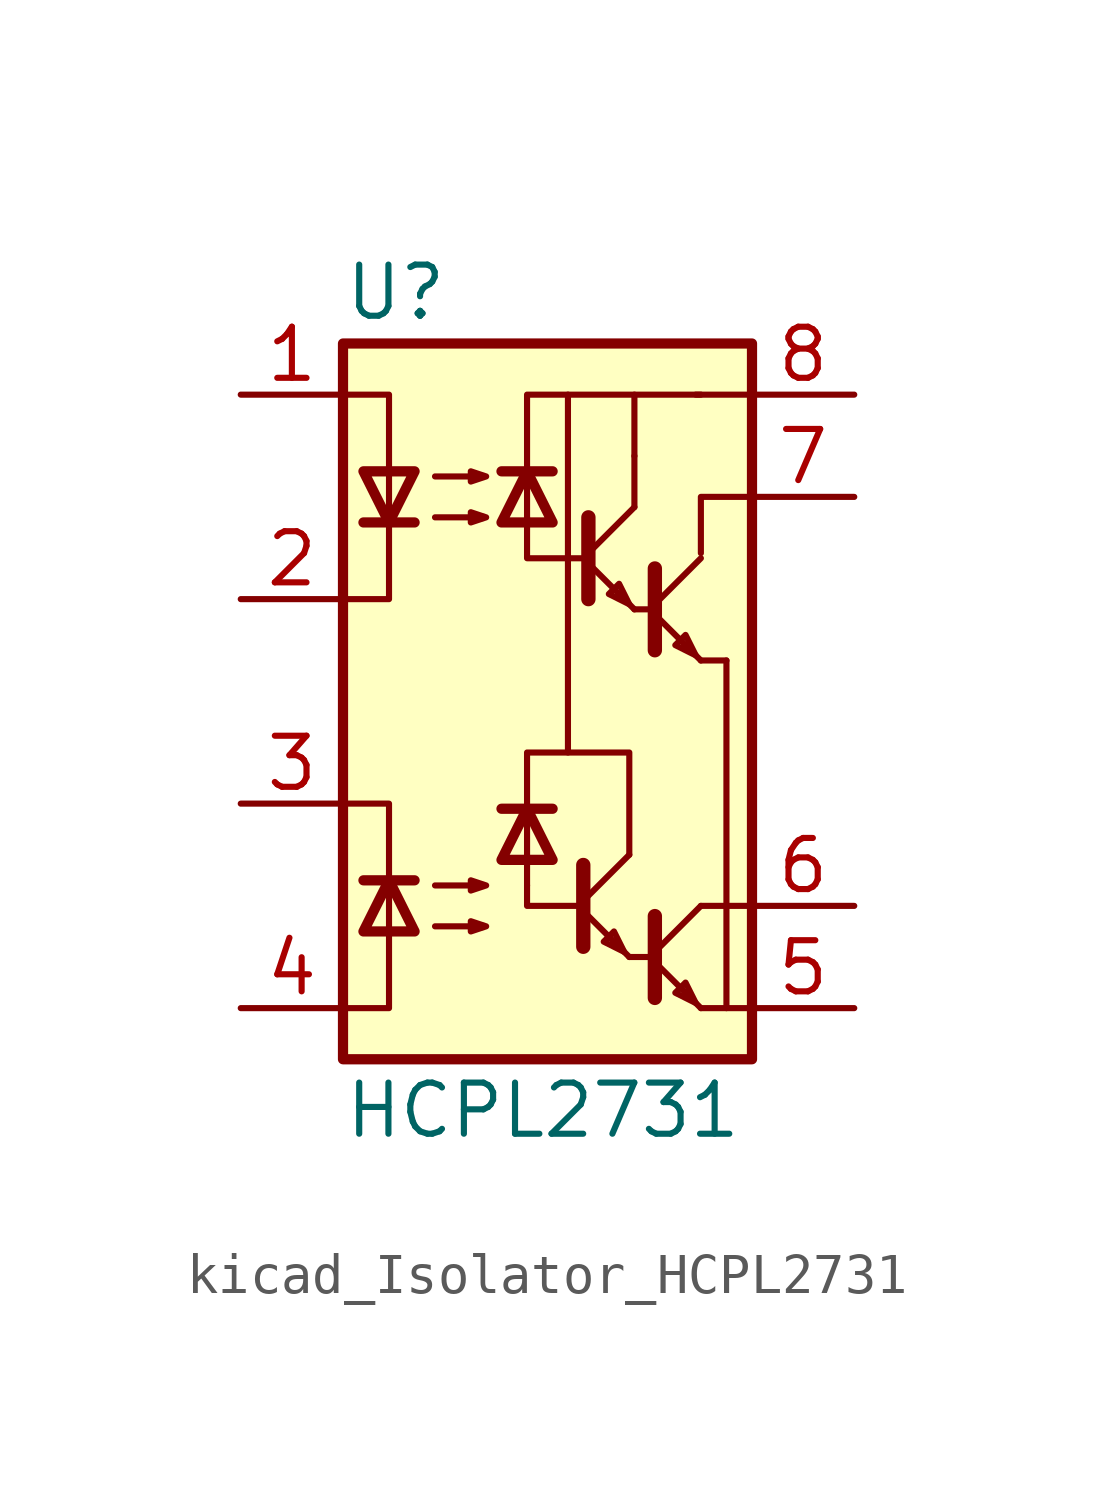
<source format=kicad_sym>
(kicad_symbol_lib
  (version 20220914)
  (generator kicad_symbol_editor)
  (symbol "kicad_Isolator_HCPL2731"
    (pin_names
      (offset 0.762) hide)
    (property "Reference" "U"
      (at -5.08 10.16 0)
      (effects (font (size 1.27 1.27)) (justify left)))
    (property "Value" "HCPL2731"
      (at -5.08 -10.16 0)
      (effects (font (size 1.27 1.27)) (justify left)))
    (symbol "kicad_Isolator_HCPL2731_0_1"
      (rectangle (start -5.08 8.89) (end 5.08 -8.89) (stroke (width 0.254) (type default)) (fill (type background)))
      (polyline (pts (xy -4.572 -4.445) (xy -3.302 -4.445)) (stroke (width 0.254) (type default)) (fill (type none)))
      (polyline (pts (xy -4.572 4.445) (xy -3.302 4.445)) (stroke (width 0.254) (type default)) (fill (type none)))
      (polyline (pts (xy -0.508 -4.572) (xy -0.508 -3.937)) (stroke (width 0) (type default)) (fill (type none)))
      (polyline (pts (xy 0.127 -2.667) (xy -1.143 -2.667)) (stroke (width 0.254) (type default)) (fill (type none)))
      (polyline (pts (xy 0.127 5.715) (xy -1.143 5.715)) (stroke (width 0.254) (type default)) (fill (type none)))
      (polyline (pts (xy 0.889 -5.207) (xy 2.032 -6.35)) (stroke (width 0) (type default)) (fill (type none)))
      (polyline (pts (xy 0.889 -4.953) (xy 2.032 -3.81)) (stroke (width 0) (type default)) (fill (type none)))
      (polyline (pts (xy 1.016 3.429) (xy 2.159 2.286)) (stroke (width 0) (type default)) (fill (type none)))
      (polyline (pts (xy 1.016 3.683) (xy 2.159 4.826)) (stroke (width 0) (type default)) (fill (type none)))
      (polyline (pts (xy 2.032 -6.35) (xy 2.54 -6.35)) (stroke (width 0) (type default)) (fill (type none)))
      (polyline (pts (xy 2.159 2.286) (xy 2.667 2.286)) (stroke (width 0) (type default)) (fill (type none)))
      (polyline (pts (xy 2.159 4.826) (xy 2.159 6.096)) (stroke (width 0) (type default)) (fill (type none)))
      (polyline (pts (xy 2.159 6.096) (xy 2.159 7.62)) (stroke (width 0) (type default)) (fill (type none)))
      (polyline (pts (xy 2.667 -6.477) (xy 3.81 -7.62)) (stroke (width 0) (type default)) (fill (type none)))
      (polyline (pts (xy 2.667 -6.223) (xy 3.81 -5.08)) (stroke (width 0) (type default)) (fill (type none)))
      (polyline (pts (xy 2.667 2.159) (xy 3.81 1.016)) (stroke (width 0) (type default)) (fill (type none)))
      (polyline (pts (xy 2.667 2.413) (xy 3.81 3.556)) (stroke (width 0) (type default)) (fill (type none)))
      (polyline (pts (xy 3.683 7.62) (xy 5.08 7.62)) (stroke (width 0) (type default)) (fill (type none)))
      (polyline (pts (xy 3.81 -7.62) (xy 5.08 -7.62)) (stroke (width 0) (type default)) (fill (type none)))
      (polyline (pts (xy 3.81 -5.08) (xy 5.08 -5.08)) (stroke (width 0) (type default)) (fill (type none)))
      (polyline (pts (xy 3.81 1.016) (xy 4.445 1.016)) (stroke (width 0) (type default)) (fill (type none)))
      (polyline (pts (xy 4.445 -7.62) (xy 4.445 1.016)) (stroke (width 0) (type default)) (fill (type none)))
      (polyline (pts (xy -0.508 -4.572) (xy -0.508 -5.08) (xy 0.762 -5.08)) (stroke (width 0) (type default)) (fill (type none)))
      (polyline (pts (xy -0.508 4.445) (xy -0.508 7.62) (xy 3.81 7.62)) (stroke (width 0) (type default)) (fill (type none)))
      (polyline (pts (xy -0.508 4.572) (xy -0.508 3.556) (xy 1.016 3.556)) (stroke (width 0) (type default)) (fill (type none)))
      (polyline (pts (xy 0.508 -1.27) (xy 2.032 -1.27) (xy 2.032 -3.81)) (stroke (width 0) (type default)) (fill (type none)))
      (polyline (pts (xy 0.889 -4.064) (xy 0.889 -6.096) (xy 0.889 -6.096)) (stroke (width 0.356) (type default)) (fill (type none)))
      (polyline (pts (xy 1.016 4.572) (xy 1.016 2.54) (xy 1.016 2.54)) (stroke (width 0.356) (type default)) (fill (type none)))
      (polyline (pts (xy 2.667 -5.334) (xy 2.667 -7.366) (xy 2.667 -7.366)) (stroke (width 0.356) (type default)) (fill (type none)))
      (polyline (pts (xy 2.667 3.302) (xy 2.667 1.27) (xy 2.667 1.27)) (stroke (width 0.356) (type default)) (fill (type none)))
      (polyline (pts (xy 3.81 3.683) (xy 3.81 5.08) (xy 5.08 5.08)) (stroke (width 0) (type default)) (fill (type none)))
      (polyline (pts (xy -5.08 -2.54) (xy -3.937 -2.54) (xy -3.937 -7.62) (xy -5.08 -7.62)) (stroke (width 0) (type default)) (fill (type none)))
      (polyline (pts (xy -5.08 7.62) (xy -3.937 7.62) (xy -3.937 2.54) (xy -5.08 2.54)) (stroke (width 0) (type default)) (fill (type none)))
      (polyline (pts (xy -3.937 -4.445) (xy -4.572 -5.715) (xy -3.302 -5.715) (xy -3.937 -4.445)) (stroke (width 0.254) (type default)) (fill (type none)))
      (polyline (pts (xy -3.937 4.445) (xy -4.572 5.715) (xy -3.302 5.715) (xy -3.937 4.445)) (stroke (width 0.254) (type default)) (fill (type none)))
      (polyline (pts (xy -0.508 -3.937) (xy -0.508 -1.27) (xy 0.508 -1.27) (xy 0.508 7.62)) (stroke (width 0) (type default)) (fill (type none)))
      (polyline (pts (xy -0.508 -2.667) (xy 0.127 -3.937) (xy -1.143 -3.937) (xy -0.508 -2.667)) (stroke (width 0.254) (type default)) (fill (type none)))
      (polyline (pts (xy -0.508 5.715) (xy 0.127 4.445) (xy -1.143 4.445) (xy -0.508 5.715)) (stroke (width 0.254) (type default)) (fill (type none)))
      (polyline (pts (xy 1.905 -6.223) (xy 1.651 -5.715) (xy 1.397 -5.969) (xy 1.905 -6.223)) (stroke (width 0) (type default)) (fill (type none)))
      (polyline (pts (xy 2.032 2.413) (xy 1.778 2.921) (xy 1.524 2.667) (xy 2.032 2.413)) (stroke (width 0) (type default)) (fill (type none)))
      (polyline (pts (xy 3.683 -7.493) (xy 3.429 -6.985) (xy 3.175 -7.239) (xy 3.683 -7.493)) (stroke (width 0) (type default)) (fill (type none)))
      (polyline (pts (xy 3.683 1.143) (xy 3.429 1.651) (xy 3.175 1.397) (xy 3.683 1.143)) (stroke (width 0) (type default)) (fill (type none)))
      (polyline (pts (xy -2.794 -5.588) (xy -1.524 -5.588) (xy -1.905 -5.715) (xy -1.905 -5.461) (xy -1.524 -5.588)) (stroke (width 0) (type default)) (fill (type none)))
      (polyline (pts (xy -2.794 -4.572) (xy -1.524 -4.572) (xy -1.905 -4.699) (xy -1.905 -4.445) (xy -1.524 -4.572)) (stroke (width 0) (type default)) (fill (type none)))
      (polyline (pts (xy -2.794 4.572) (xy -1.524 4.572) (xy -1.905 4.445) (xy -1.905 4.699) (xy -1.524 4.572)) (stroke (width 0) (type default)) (fill (type none)))
      (polyline (pts (xy -2.794 5.588) (xy -1.524 5.588) (xy -1.905 5.461) (xy -1.905 5.715) (xy -1.524 5.588)) (stroke (width 0) (type default)) (fill (type none))))
    (symbol "kicad_Isolator_HCPL2731_1_1"
      (pin passive line (at -7.62 7.62 0) (length 2.54) (name "A1" (effects (font (size 1.27 1.27)))) (number "1" (effects (font (size 1.27 1.27)))))
      (pin passive line (at -7.62 2.54 0) (length 2.54) (name "C1" (effects (font (size 1.27 1.27)))) (number "2" (effects (font (size 1.27 1.27)))))
      (pin passive line (at -7.62 -2.54 0) (length 2.54) (name "C2" (effects (font (size 1.27 1.27)))) (number "3" (effects (font (size 1.27 1.27)))))
      (pin passive line (at -7.62 -7.62 0) (length 2.54) (name "A2" (effects (font (size 1.27 1.27)))) (number "4" (effects (font (size 1.27 1.27)))))
      (pin passive line (at 7.62 -7.62 180) (length 2.54) (name "GND" (effects (font (size 1.27 1.27)))) (number "5" (effects (font (size 1.27 1.27)))))
      (pin passive line (at 7.62 -5.08 180) (length 2.54) (name "VO2" (effects (font (size 1.27 1.27)))) (number "6" (effects (font (size 1.27 1.27)))))
      (pin passive line (at 7.62 5.08 180) (length 2.54) (name "VO1" (effects (font (size 1.27 1.27)))) (number "7" (effects (font (size 1.27 1.27)))))
      (pin passive line (at 7.62 7.62 180) (length 2.54) (name "VCC" (effects (font (size 1.27 1.27)))) (number "8" (effects (font (size 1.27 1.27))))))))
</source>
